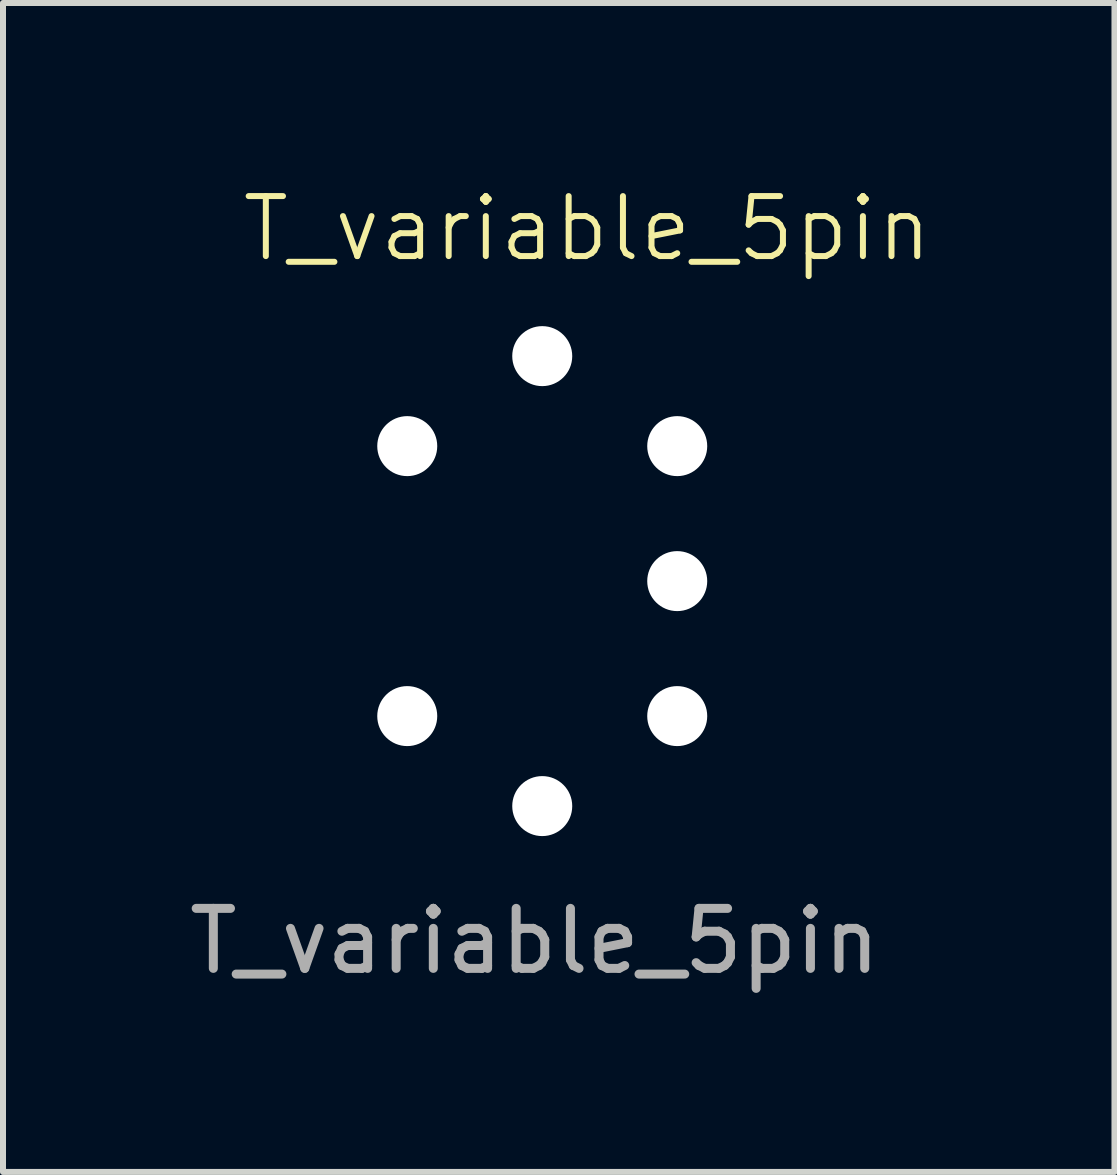
<source format=kicad_pcb>
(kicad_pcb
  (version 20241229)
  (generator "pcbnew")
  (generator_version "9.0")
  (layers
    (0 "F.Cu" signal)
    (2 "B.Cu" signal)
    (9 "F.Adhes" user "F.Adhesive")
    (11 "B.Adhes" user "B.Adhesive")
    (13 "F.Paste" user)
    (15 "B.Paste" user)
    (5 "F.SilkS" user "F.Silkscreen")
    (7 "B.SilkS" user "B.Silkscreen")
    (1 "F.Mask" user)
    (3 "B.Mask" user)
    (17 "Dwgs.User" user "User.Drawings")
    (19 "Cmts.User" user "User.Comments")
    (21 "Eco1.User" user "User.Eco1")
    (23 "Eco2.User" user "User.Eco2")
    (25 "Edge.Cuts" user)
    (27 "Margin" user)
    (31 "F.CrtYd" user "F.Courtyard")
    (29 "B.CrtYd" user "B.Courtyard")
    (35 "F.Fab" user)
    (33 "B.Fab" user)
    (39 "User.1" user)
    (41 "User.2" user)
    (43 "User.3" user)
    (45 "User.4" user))
  (footprint "T_variable_5pin"
    (layer "F.Cu")
    (at 3.738 8.886)
    (property "Reference" "T_variable_5pin" (at 3 -8.125 0) (unlocked yes) (layer "F.SilkS") (effects (font (size 1 1) (thickness 0.1))))
    (attr through_hole)
    (fp_text user "${REFERENCE}" (at 2.125 3.75 0) (unlocked yes) (layer "F.Fab") (effects (font (size 1 1) (thickness 0.15))))
    (pad "1" thru_hole circle (at 0 0) (size 2 2) (drill 1) (layers "*.Cu" "B.Mask") (remove_unused_layers yes) (zone_layer_connections))
    (pad "2" thru_hole circle (at 0 -4.5) (size 2 2) (drill 1) (layers "*.Cu" "B.Mask") (remove_unused_layers yes) (zone_layer_connections))
    (pad "3" thru_hole circle (at 4.5 -4.5) (size 2 2) (drill 1) (layers "*.Cu" "B.Mask") (remove_unused_layers yes) (zone_layer_connections))
    (pad "4" thru_hole circle (at 4.5 -2.25) (size 2 2) (drill 1) (layers "*.Cu" "B.Mask") (remove_unused_layers yes) (zone_layer_connections))
    (pad "5" thru_hole circle (at 4.5 0) (size 2 2) (drill 1) (layers "*.Cu" "B.Mask") (remove_unused_layers yes) (zone_layer_connections))
    (pad "6" thru_hole circle (at 2.25 -6) (size 2 2) (drill 1) (layers "*.Cu" "B.Mask") (remove_unused_layers yes) (zone_layer_connections))
    (pad "6" thru_hole circle (at 2.25 1.5) (size 2 2) (drill 1) (layers "*.Cu" "B.Mask") (remove_unused_layers yes) (zone_layer_connections)))
  (gr_rect
    (start -3 -3)
    (end 15.526 16.484)
    (stroke (width 0.1) (type default))
    (fill no)
    (layer "Edge.Cuts")))
</source>
